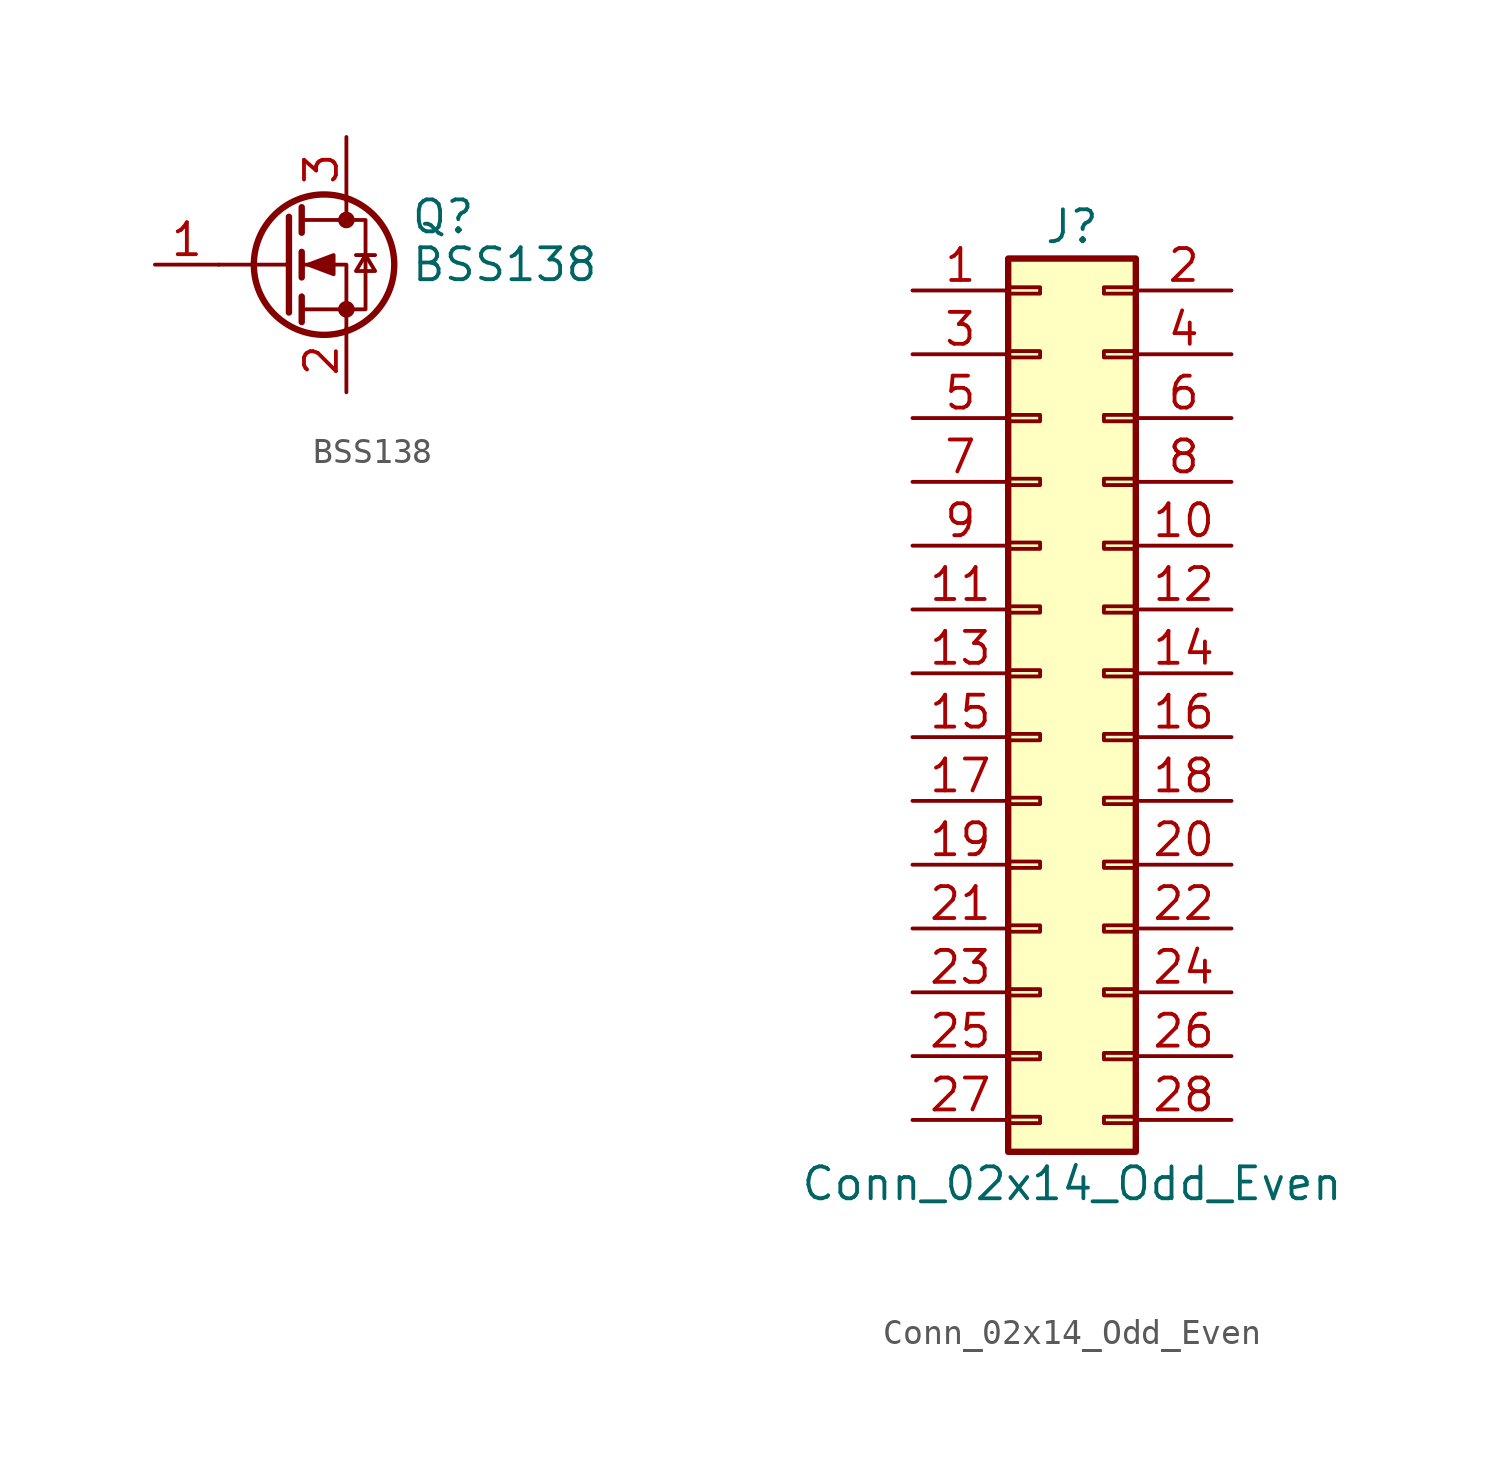
<source format=kicad_sym>
(kicad_symbol_lib
  (version 20241209)
  (generator "kicad_symbol_editor")
  (generator_version "9.0")
  (symbol "BSS138"
    (pin_names
      (offset 0)
      (hide yes))
    (property "Reference" "Q"
      (at 5.08 1.905 0)
      (effects (font (size 1.27 1.27)) (justify left)))
    (property "Value" "BSS138"
      (at 5.08 0 0)
      (effects (font (size 1.27 1.27)) (justify left)))
    (symbol "BSS138_0_1"
      (polyline (pts (xy 0.254 1.905) (xy 0.254 -1.905)) (stroke (width 0.254) (type default)) (fill (type none)))
      (polyline (pts (xy 0.254 0) (xy -2.54 0)) (stroke (width 0) (type default)) (fill (type none)))
      (polyline (pts (xy 0.762 2.286) (xy 0.762 1.27)) (stroke (width 0.254) (type default)) (fill (type none)))
      (polyline (pts (xy 0.762 0.508) (xy 0.762 -0.508)) (stroke (width 0.254) (type default)) (fill (type none)))
      (polyline (pts (xy 0.762 -1.27) (xy 0.762 -2.286)) (stroke (width 0.254) (type default)) (fill (type none)))
      (polyline (pts (xy 0.762 -1.778) (xy 3.302 -1.778) (xy 3.302 1.778) (xy 0.762 1.778)) (stroke (width 0) (type default)) (fill (type none)))
      (polyline (pts (xy 1.016 0) (xy 2.032 0.381) (xy 2.032 -0.381) (xy 1.016 0)) (stroke (width 0) (type default)) (fill (type outline)))
      (circle (center 1.651 0) (radius 2.794) (stroke (width 0.254) (type default)) (fill (type none)))
      (polyline (pts (xy 2.54 2.54) (xy 2.54 1.778)) (stroke (width 0) (type default)) (fill (type none)))
      (circle (center 2.54 1.778) (radius 0.254) (stroke (width 0) (type default)) (fill (type outline)))
      (circle (center 2.54 -1.778) (radius 0.254) (stroke (width 0) (type default)) (fill (type outline)))
      (polyline (pts (xy 2.54 -2.54) (xy 2.54 0) (xy 0.762 0)) (stroke (width 0) (type default)) (fill (type none)))
      (polyline (pts (xy 2.921 0.381) (xy 3.683 0.381)) (stroke (width 0) (type default)) (fill (type none)))
      (polyline (pts (xy 3.302 0.381) (xy 2.921 -0.254) (xy 3.683 -0.254) (xy 3.302 0.381)) (stroke (width 0) (type default)) (fill (type none))))
    (symbol "BSS138_1_1"
      (pin input line (at -5.08 0 0) (length 2.54) (name "G" (effects (font (size 1.27 1.27)))) (number "1" (effects (font (size 1.27 1.27)))))
      (pin passive line (at 2.54 5.08 270) (length 2.54) (name "D" (effects (font (size 1.27 1.27)))) (number "3" (effects (font (size 1.27 1.27)))))
      (pin passive line (at 2.54 -5.08 90) (length 2.54) (name "S" (effects (font (size 1.27 1.27)))) (number "2" (effects (font (size 1.27 1.27)))))))
  (symbol "Conn_02x14_Odd_Even"
    (pin_names
      (offset 1.016)
      (hide yes))
    (property "Reference" "J"
      (at 1.27 17.78 0)
      (effects (font (size 1.27 1.27))))
    (property "Value" "Conn_02x14_Odd_Even"
      (at 1.27 -20.32 0)
      (effects (font (size 1.27 1.27))))
    (symbol "Conn_02x14_Odd_Even_1_1"
      (rectangle (start -1.27 16.51) (end 3.81 -19.05) (stroke (width 0.254) (type default)) (fill (type background)))
      (rectangle (start -1.27 15.367) (end 0 15.113) (stroke (width 0.152) (type default)) (fill (type none)))
      (rectangle (start -1.27 12.827) (end 0 12.573) (stroke (width 0.152) (type default)) (fill (type none)))
      (rectangle (start -1.27 10.287) (end 0 10.033) (stroke (width 0.152) (type default)) (fill (type none)))
      (rectangle (start -1.27 7.747) (end 0 7.493) (stroke (width 0.152) (type default)) (fill (type none)))
      (rectangle (start -1.27 5.207) (end 0 4.953) (stroke (width 0.152) (type default)) (fill (type none)))
      (rectangle (start -1.27 2.667) (end 0 2.413) (stroke (width 0.152) (type default)) (fill (type none)))
      (rectangle (start -1.27 0.127) (end 0 -0.127) (stroke (width 0.152) (type default)) (fill (type none)))
      (rectangle (start -1.27 -2.413) (end 0 -2.667) (stroke (width 0.152) (type default)) (fill (type none)))
      (rectangle (start -1.27 -4.953) (end 0 -5.207) (stroke (width 0.152) (type default)) (fill (type none)))
      (rectangle (start -1.27 -7.493) (end 0 -7.747) (stroke (width 0.152) (type default)) (fill (type none)))
      (rectangle (start -1.27 -10.033) (end 0 -10.287) (stroke (width 0.152) (type default)) (fill (type none)))
      (rectangle (start -1.27 -12.573) (end 0 -12.827) (stroke (width 0.152) (type default)) (fill (type none)))
      (rectangle (start -1.27 -15.113) (end 0 -15.367) (stroke (width 0.152) (type default)) (fill (type none)))
      (rectangle (start -1.27 -17.653) (end 0 -17.907) (stroke (width 0.152) (type default)) (fill (type none)))
      (rectangle (start 3.81 15.367) (end 2.54 15.113) (stroke (width 0.152) (type default)) (fill (type none)))
      (rectangle (start 3.81 12.827) (end 2.54 12.573) (stroke (width 0.152) (type default)) (fill (type none)))
      (rectangle (start 3.81 10.287) (end 2.54 10.033) (stroke (width 0.152) (type default)) (fill (type none)))
      (rectangle (start 3.81 7.747) (end 2.54 7.493) (stroke (width 0.152) (type default)) (fill (type none)))
      (rectangle (start 3.81 5.207) (end 2.54 4.953) (stroke (width 0.152) (type default)) (fill (type none)))
      (rectangle (start 3.81 2.667) (end 2.54 2.413) (stroke (width 0.152) (type default)) (fill (type none)))
      (rectangle (start 3.81 0.127) (end 2.54 -0.127) (stroke (width 0.152) (type default)) (fill (type none)))
      (rectangle (start 3.81 -2.413) (end 2.54 -2.667) (stroke (width 0.152) (type default)) (fill (type none)))
      (rectangle (start 3.81 -4.953) (end 2.54 -5.207) (stroke (width 0.152) (type default)) (fill (type none)))
      (rectangle (start 3.81 -7.493) (end 2.54 -7.747) (stroke (width 0.152) (type default)) (fill (type none)))
      (rectangle (start 3.81 -10.033) (end 2.54 -10.287) (stroke (width 0.152) (type default)) (fill (type none)))
      (rectangle (start 3.81 -12.573) (end 2.54 -12.827) (stroke (width 0.152) (type default)) (fill (type none)))
      (rectangle (start 3.81 -15.113) (end 2.54 -15.367) (stroke (width 0.152) (type default)) (fill (type none)))
      (rectangle (start 3.81 -17.653) (end 2.54 -17.907) (stroke (width 0.152) (type default)) (fill (type none)))
      (pin passive line (at -5.08 15.24 0) (length 3.81) (name "Pin_1" (effects (font (size 1.27 1.27)))) (number "1" (effects (font (size 1.27 1.27)))))
      (pin passive line (at -5.08 12.7 0) (length 3.81) (name "Pin_3" (effects (font (size 1.27 1.27)))) (number "3" (effects (font (size 1.27 1.27)))))
      (pin passive line (at -5.08 10.16 0) (length 3.81) (name "Pin_5" (effects (font (size 1.27 1.27)))) (number "5" (effects (font (size 1.27 1.27)))))
      (pin passive line (at -5.08 7.62 0) (length 3.81) (name "Pin_7" (effects (font (size 1.27 1.27)))) (number "7" (effects (font (size 1.27 1.27)))))
      (pin passive line (at -5.08 5.08 0) (length 3.81) (name "Pin_9" (effects (font (size 1.27 1.27)))) (number "9" (effects (font (size 1.27 1.27)))))
      (pin passive line (at -5.08 2.54 0) (length 3.81) (name "Pin_11" (effects (font (size 1.27 1.27)))) (number "11" (effects (font (size 1.27 1.27)))))
      (pin passive line (at -5.08 0 0) (length 3.81) (name "Pin_13" (effects (font (size 1.27 1.27)))) (number "13" (effects (font (size 1.27 1.27)))))
      (pin passive line (at -5.08 -2.54 0) (length 3.81) (name "Pin_15" (effects (font (size 1.27 1.27)))) (number "15" (effects (font (size 1.27 1.27)))))
      (pin passive line (at -5.08 -5.08 0) (length 3.81) (name "Pin_17" (effects (font (size 1.27 1.27)))) (number "17" (effects (font (size 1.27 1.27)))))
      (pin passive line (at -5.08 -7.62 0) (length 3.81) (name "Pin_19" (effects (font (size 1.27 1.27)))) (number "19" (effects (font (size 1.27 1.27)))))
      (pin passive line (at -5.08 -10.16 0) (length 3.81) (name "Pin_21" (effects (font (size 1.27 1.27)))) (number "21" (effects (font (size 1.27 1.27)))))
      (pin passive line (at -5.08 -12.7 0) (length 3.81) (name "Pin_23" (effects (font (size 1.27 1.27)))) (number "23" (effects (font (size 1.27 1.27)))))
      (pin passive line (at -5.08 -15.24 0) (length 3.81) (name "Pin_25" (effects (font (size 1.27 1.27)))) (number "25" (effects (font (size 1.27 1.27)))))
      (pin passive line (at -5.08 -17.78 0) (length 3.81) (name "Pin_27" (effects (font (size 1.27 1.27)))) (number "27" (effects (font (size 1.27 1.27)))))
      (pin passive line (at 7.62 15.24 180) (length 3.81) (name "Pin_2" (effects (font (size 1.27 1.27)))) (number "2" (effects (font (size 1.27 1.27)))))
      (pin passive line (at 7.62 12.7 180) (length 3.81) (name "Pin_4" (effects (font (size 1.27 1.27)))) (number "4" (effects (font (size 1.27 1.27)))))
      (pin passive line (at 7.62 10.16 180) (length 3.81) (name "Pin_6" (effects (font (size 1.27 1.27)))) (number "6" (effects (font (size 1.27 1.27)))))
      (pin passive line (at 7.62 7.62 180) (length 3.81) (name "Pin_8" (effects (font (size 1.27 1.27)))) (number "8" (effects (font (size 1.27 1.27)))))
      (pin passive line (at 7.62 5.08 180) (length 3.81) (name "Pin_10" (effects (font (size 1.27 1.27)))) (number "10" (effects (font (size 1.27 1.27)))))
      (pin passive line (at 7.62 2.54 180) (length 3.81) (name "Pin_12" (effects (font (size 1.27 1.27)))) (number "12" (effects (font (size 1.27 1.27)))))
      (pin passive line (at 7.62 0 180) (length 3.81) (name "Pin_14" (effects (font (size 1.27 1.27)))) (number "14" (effects (font (size 1.27 1.27)))))
      (pin passive line (at 7.62 -2.54 180) (length 3.81) (name "Pin_16" (effects (font (size 1.27 1.27)))) (number "16" (effects (font (size 1.27 1.27)))))
      (pin passive line (at 7.62 -5.08 180) (length 3.81) (name "Pin_18" (effects (font (size 1.27 1.27)))) (number "18" (effects (font (size 1.27 1.27)))))
      (pin passive line (at 7.62 -7.62 180) (length 3.81) (name "Pin_20" (effects (font (size 1.27 1.27)))) (number "20" (effects (font (size 1.27 1.27)))))
      (pin passive line (at 7.62 -10.16 180) (length 3.81) (name "Pin_22" (effects (font (size 1.27 1.27)))) (number "22" (effects (font (size 1.27 1.27)))))
      (pin passive line (at 7.62 -12.7 180) (length 3.81) (name "Pin_24" (effects (font (size 1.27 1.27)))) (number "24" (effects (font (size 1.27 1.27)))))
      (pin passive line (at 7.62 -15.24 180) (length 3.81) (name "Pin_26" (effects (font (size 1.27 1.27)))) (number "26" (effects (font (size 1.27 1.27)))))
      (pin passive line (at 7.62 -17.78 180) (length 3.81) (name "Pin_28" (effects (font (size 1.27 1.27)))) (number "28" (effects (font (size 1.27 1.27))))))))
</source>
